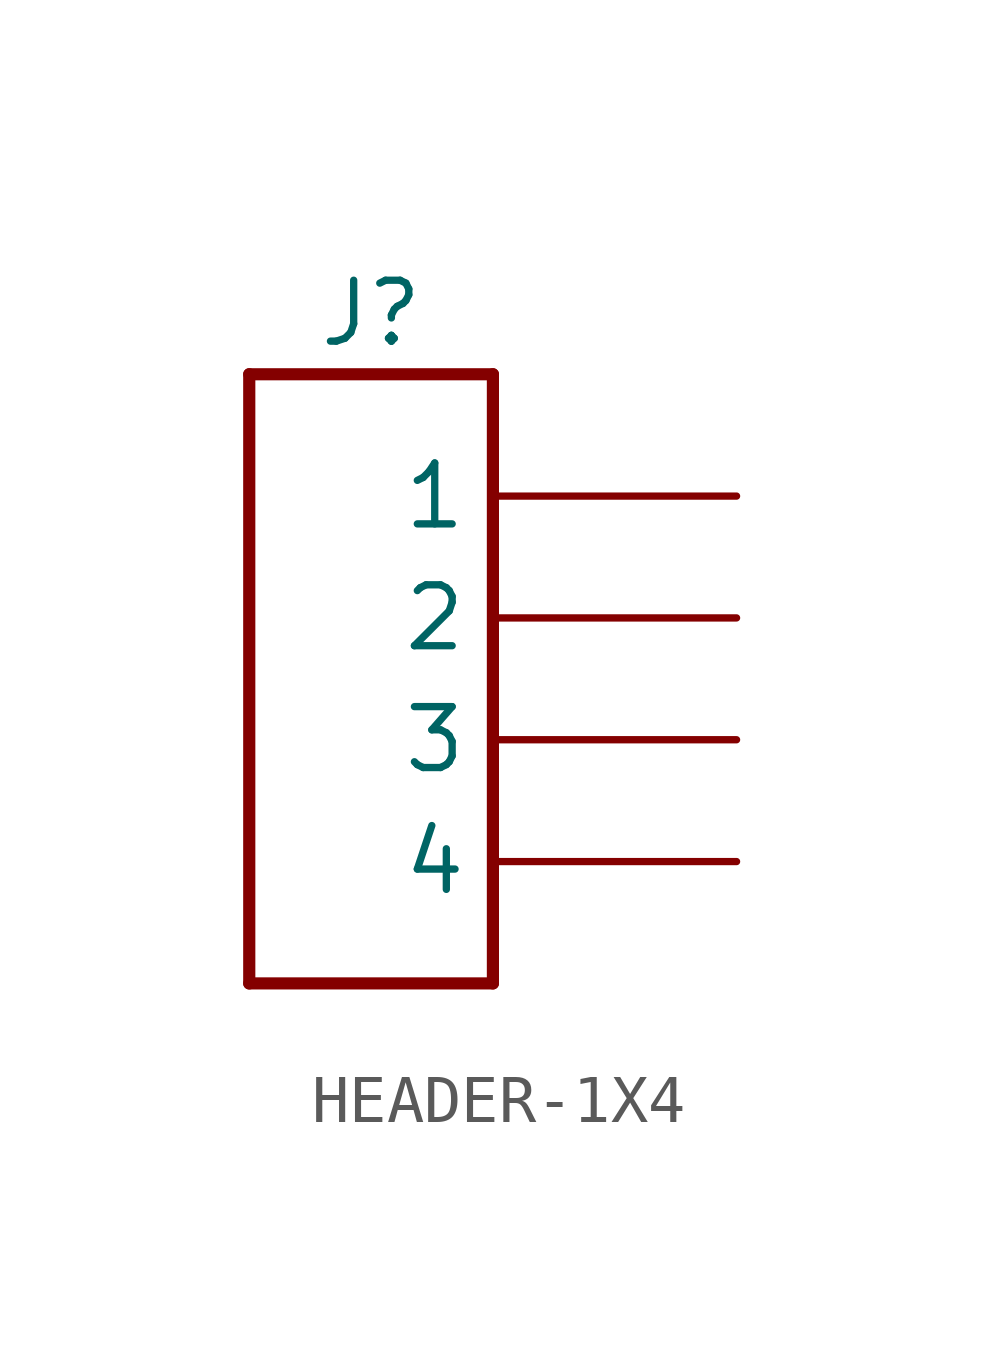
<source format=kicad_sym>
(kicad_symbol_lib
  (version 20220914)
  (generator kicad_symbol_editor)
  (symbol "HEADER-1X4"
    (pin_numbers hide)
    (property "Reference" "J"
      (at 0 6.35 0)
      (effects (font (size 1.27 1.27))))
    (symbol "HEADER-1X4_1_0"
      (polyline (pts (xy -2.54 -7.62) (xy -2.54 5.08)) (stroke (width 0.254) (type solid)) (fill (type none)))
      (polyline (pts (xy -2.54 5.08) (xy 2.54 5.08)) (stroke (width 0.254) (type solid)) (fill (type none)))
      (polyline (pts (xy 2.54 -7.62) (xy -2.54 -7.62)) (stroke (width 0.254) (type solid)) (fill (type none)))
      (polyline (pts (xy 2.54 5.08) (xy 2.54 -7.62)) (stroke (width 0.254) (type solid)) (fill (type none)))
      (pin bidirectional line (at 7.62 2.54 180) (length 5.08) (name "1" (effects (font (size 1.27 1.27)))) (number "1" (effects (font (size 1.27 1.27)))))
      (pin bidirectional line (at 7.62 0 180) (length 5.08) (name "2" (effects (font (size 1.27 1.27)))) (number "2" (effects (font (size 1.27 1.27)))))
      (pin bidirectional line (at 7.62 -2.54 180) (length 5.08) (name "3" (effects (font (size 1.27 1.27)))) (number "3" (effects (font (size 1.27 1.27)))))
      (pin bidirectional line (at 7.62 -5.08 180) (length 5.08) (name "4" (effects (font (size 1.27 1.27)))) (number "4" (effects (font (size 1.27 1.27))))))))
</source>
